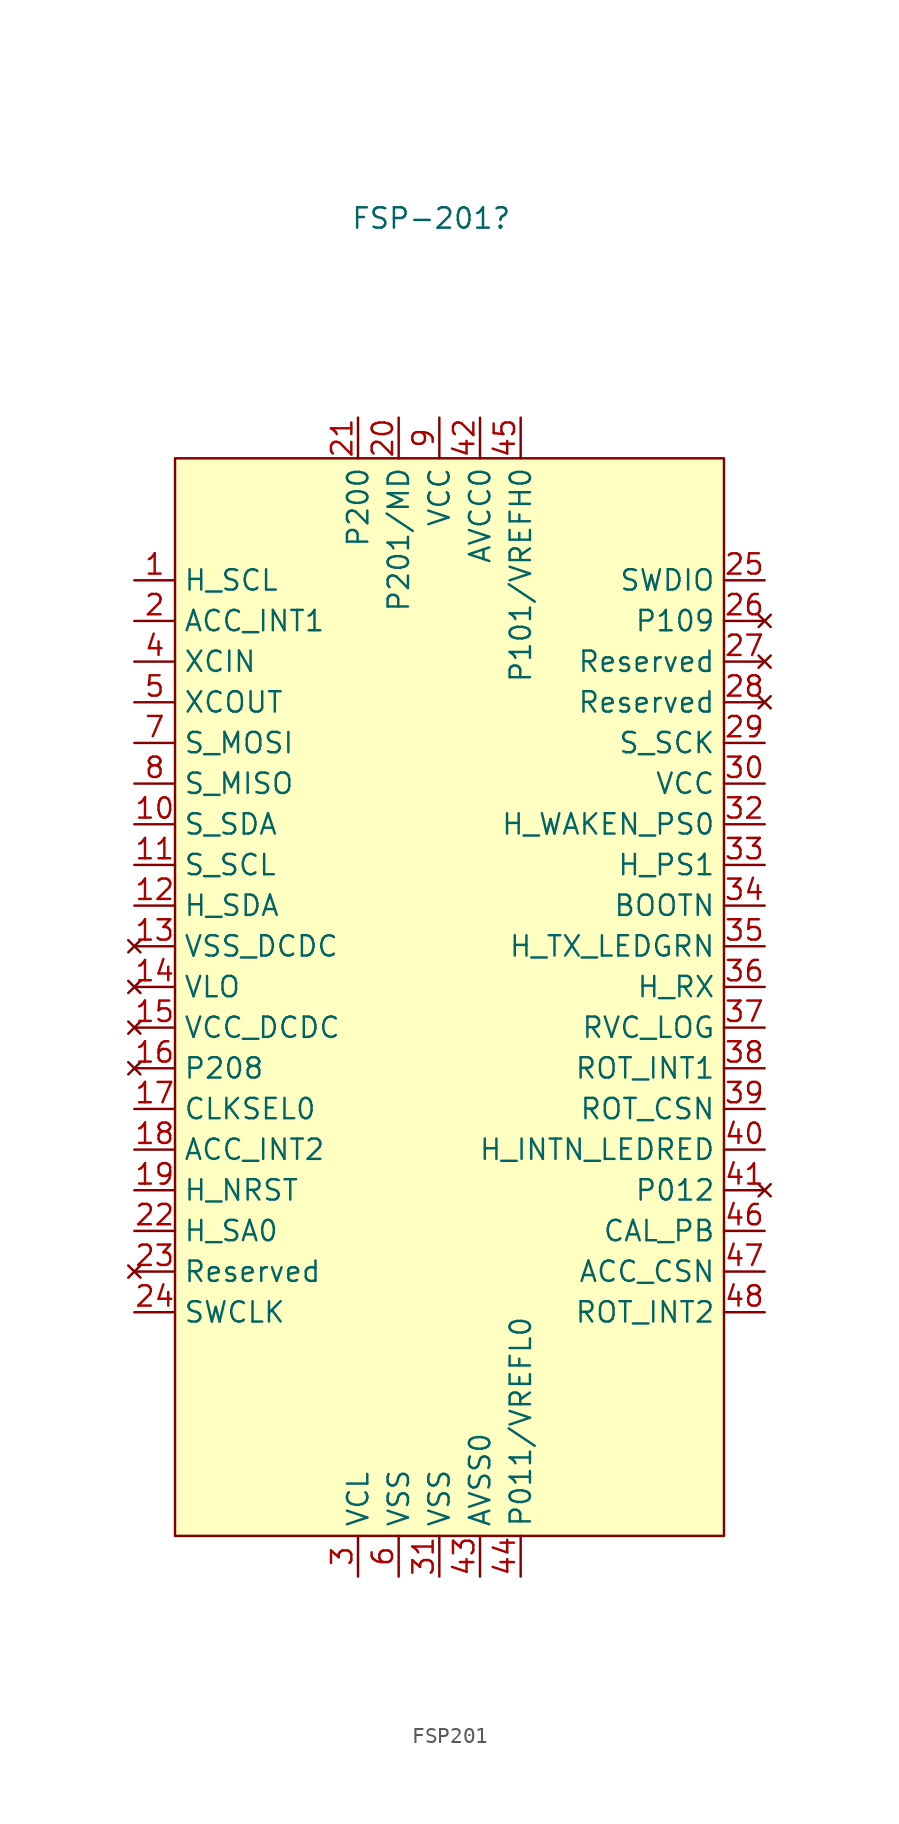
<source format=kicad_sym>
(kicad_symbol_lib
  (version 20231120)
  (generator "kicad_symbol_editor")
  (generator_version "8.0")
  (symbol "FSP201"
    (property "Reference" "FSP-201"
      (at -0.508 49.276 0)
      (effects (font (size 1.27 1.27))))
    (property "Value" ""
      (at -3.81 27.94 0)
      (effects (font (size 1.27 1.27))))
    (symbol "FSP201_1_1"
      (rectangle (start -16.51 34.29) (end 17.78 -33.02) (stroke (width 0) (type default)) (fill (type background)))
      (pin input line (at -19.05 26.67 0) (length 2.54) (name "H_SCL" (effects (font (size 1.27 1.27)))) (number "1" (effects (font (size 1.27 1.27)))))
      (pin input line (at -19.05 11.43 0) (length 2.54) (name "S_SDA" (effects (font (size 1.27 1.27)))) (number "10" (effects (font (size 1.27 1.27)))))
      (pin input line (at -19.05 8.89 0) (length 2.54) (name "S_SCL" (effects (font (size 1.27 1.27)))) (number "11" (effects (font (size 1.27 1.27)))))
      (pin output line (at -19.05 6.35 0) (length 2.54) (name "H_SDA" (effects (font (size 1.27 1.27)))) (number "12" (effects (font (size 1.27 1.27)))))
      (pin no_connect line (at -19.05 3.81 0) (length 2.54) (name "VSS_DCDC" (effects (font (size 1.27 1.27)))) (number "13" (effects (font (size 1.27 1.27)))))
      (pin no_connect line (at -19.05 1.27 0) (length 2.54) (name "VLO" (effects (font (size 1.27 1.27)))) (number "14" (effects (font (size 1.27 1.27)))))
      (pin no_connect line (at -19.05 -1.27 0) (length 2.54) (name "VCC_DCDC" (effects (font (size 1.27 1.27)))) (number "15" (effects (font (size 1.27 1.27)))))
      (pin no_connect line (at -19.05 -3.81 0) (length 2.54) (name "P208" (effects (font (size 1.27 1.27)))) (number "16" (effects (font (size 1.27 1.27)))))
      (pin input line (at -19.05 -6.35 0) (length 2.54) (name "CLKSEL0" (effects (font (size 1.27 1.27)))) (number "17" (effects (font (size 1.27 1.27)))))
      (pin input line (at -19.05 -8.89 0) (length 2.54) (name "ACC_INT2" (effects (font (size 1.27 1.27)))) (number "18" (effects (font (size 1.27 1.27)))))
      (pin input line (at -19.05 -11.43 0) (length 2.54) (name "H_NRST" (effects (font (size 1.27 1.27)))) (number "19" (effects (font (size 1.27 1.27)))))
      (pin input line (at -19.05 24.13 0) (length 2.54) (name "ACC_INT1" (effects (font (size 1.27 1.27)))) (number "2" (effects (font (size 1.27 1.27)))))
      (pin input line (at -2.54 36.83 270) (length 2.54) (name "P201/MD" (effects (font (size 1.27 1.27)))) (number "20" (effects (font (size 1.27 1.27)))))
      (pin input line (at -5.08 36.83 270) (length 2.54) (name "P200" (effects (font (size 1.27 1.27)))) (number "21" (effects (font (size 1.27 1.27)))))
      (pin input line (at -19.05 -13.97 0) (length 2.54) (name "H_SA0" (effects (font (size 1.27 1.27)))) (number "22" (effects (font (size 1.27 1.27)))))
      (pin no_connect line (at -19.05 -16.51 0) (length 2.54) (name "Reserved" (effects (font (size 1.27 1.27)))) (number "23" (effects (font (size 1.27 1.27)))))
      (pin input line (at -19.05 -19.05 0) (length 2.54) (name "SWCLK" (effects (font (size 1.27 1.27)))) (number "24" (effects (font (size 1.27 1.27)))))
      (pin input line (at 20.32 26.67 180) (length 2.54) (name "SWDIO" (effects (font (size 1.27 1.27)))) (number "25" (effects (font (size 1.27 1.27)))))
      (pin no_connect line (at 20.32 24.13 180) (length 2.54) (name "P109" (effects (font (size 1.27 1.27)))) (number "26" (effects (font (size 1.27 1.27)))))
      (pin no_connect line (at 20.32 21.59 180) (length 2.54) (name "Reserved" (effects (font (size 1.27 1.27)))) (number "27" (effects (font (size 1.27 1.27)))))
      (pin no_connect line (at 20.32 19.05 180) (length 2.54) (name "Reserved" (effects (font (size 1.27 1.27)))) (number "28" (effects (font (size 1.27 1.27)))))
      (pin output line (at 20.32 16.51 180) (length 2.54) (name "S_SCK" (effects (font (size 1.27 1.27)))) (number "29" (effects (font (size 1.27 1.27)))))
      (pin power_in line (at -5.08 -35.56 90) (length 2.54) (name "VCL" (effects (font (size 1.27 1.27)))) (number "3" (effects (font (size 1.27 1.27)))))
      (pin power_in line (at 20.32 13.97 180) (length 2.54) (name "VCC" (effects (font (size 1.27 1.27)))) (number "30" (effects (font (size 1.27 1.27)))))
      (pin power_in line (at 0 -35.56 90) (length 2.54) (name "VSS" (effects (font (size 1.27 1.27)))) (number "31" (effects (font (size 1.27 1.27)))))
      (pin input line (at 20.32 11.43 180) (length 2.54) (name "H_WAKEN_PS0" (effects (font (size 1.27 1.27)))) (number "32" (effects (font (size 1.27 1.27)))))
      (pin input line (at 20.32 8.89 180) (length 2.54) (name "H_PS1" (effects (font (size 1.27 1.27)))) (number "33" (effects (font (size 1.27 1.27)))))
      (pin input line (at 20.32 6.35 180) (length 2.54) (name "BOOTN" (effects (font (size 1.27 1.27)))) (number "34" (effects (font (size 1.27 1.27)))))
      (pin output line (at 20.32 3.81 180) (length 2.54) (name "H_TX_LEDGRN" (effects (font (size 1.27 1.27)))) (number "35" (effects (font (size 1.27 1.27)))))
      (pin input line (at 20.32 1.27 180) (length 2.54) (name "H_RX" (effects (font (size 1.27 1.27)))) (number "36" (effects (font (size 1.27 1.27)))))
      (pin input line (at 20.32 -1.27 180) (length 2.54) (name "RVC_LOG" (effects (font (size 1.27 1.27)))) (number "37" (effects (font (size 1.27 1.27)))))
      (pin input line (at 20.32 -3.81 180) (length 2.54) (name "ROT_INT1" (effects (font (size 1.27 1.27)))) (number "38" (effects (font (size 1.27 1.27)))))
      (pin output line (at 20.32 -6.35 180) (length 2.54) (name "ROT_CSN" (effects (font (size 1.27 1.27)))) (number "39" (effects (font (size 1.27 1.27)))))
      (pin input line (at -19.05 21.59 0) (length 2.54) (name "XCIN" (effects (font (size 1.27 1.27)))) (number "4" (effects (font (size 1.27 1.27)))))
      (pin output line (at 20.32 -8.89 180) (length 2.54) (name "H_INTN_LEDRED" (effects (font (size 1.27 1.27)))) (number "40" (effects (font (size 1.27 1.27)))))
      (pin no_connect line (at 20.32 -11.43 180) (length 2.54) (name "P012" (effects (font (size 1.27 1.27)))) (number "41" (effects (font (size 1.27 1.27)))))
      (pin power_in line (at 2.54 36.83 270) (length 2.54) (name "AVCC0" (effects (font (size 1.27 1.27)))) (number "42" (effects (font (size 1.27 1.27)))))
      (pin power_in line (at 2.54 -35.56 90) (length 2.54) (name "AVSS0" (effects (font (size 1.27 1.27)))) (number "43" (effects (font (size 1.27 1.27)))))
      (pin power_in line (at 5.08 -35.56 90) (length 2.54) (name "P011/VREFL0" (effects (font (size 1.27 1.27)))) (number "44" (effects (font (size 1.27 1.27)))))
      (pin power_in line (at 5.08 36.83 270) (length 2.54) (name "P101/VREFH0" (effects (font (size 1.27 1.27)))) (number "45" (effects (font (size 1.27 1.27)))))
      (pin input line (at 20.32 -13.97 180) (length 2.54) (name "CAL_PB" (effects (font (size 1.27 1.27)))) (number "46" (effects (font (size 1.27 1.27)))))
      (pin output line (at 20.32 -16.51 180) (length 2.54) (name "ACC_CSN" (effects (font (size 1.27 1.27)))) (number "47" (effects (font (size 1.27 1.27)))))
      (pin input line (at 20.32 -19.05 180) (length 2.54) (name "ROT_INT2" (effects (font (size 1.27 1.27)))) (number "48" (effects (font (size 1.27 1.27)))))
      (pin output line (at -19.05 19.05 0) (length 2.54) (name "XCOUT" (effects (font (size 1.27 1.27)))) (number "5" (effects (font (size 1.27 1.27)))))
      (pin power_in line (at -2.54 -35.56 90) (length 2.54) (name "VSS" (effects (font (size 1.27 1.27)))) (number "6" (effects (font (size 1.27 1.27)))))
      (pin output line (at -19.05 16.51 0) (length 2.54) (name "S_MOSI" (effects (font (size 1.27 1.27)))) (number "7" (effects (font (size 1.27 1.27)))))
      (pin input line (at -19.05 13.97 0) (length 2.54) (name "S_MISO" (effects (font (size 1.27 1.27)))) (number "8" (effects (font (size 1.27 1.27)))))
      (pin power_in line (at 0 36.83 270) (length 2.54) (name "VCC" (effects (font (size 1.27 1.27)))) (number "9" (effects (font (size 1.27 1.27))))))))
</source>
